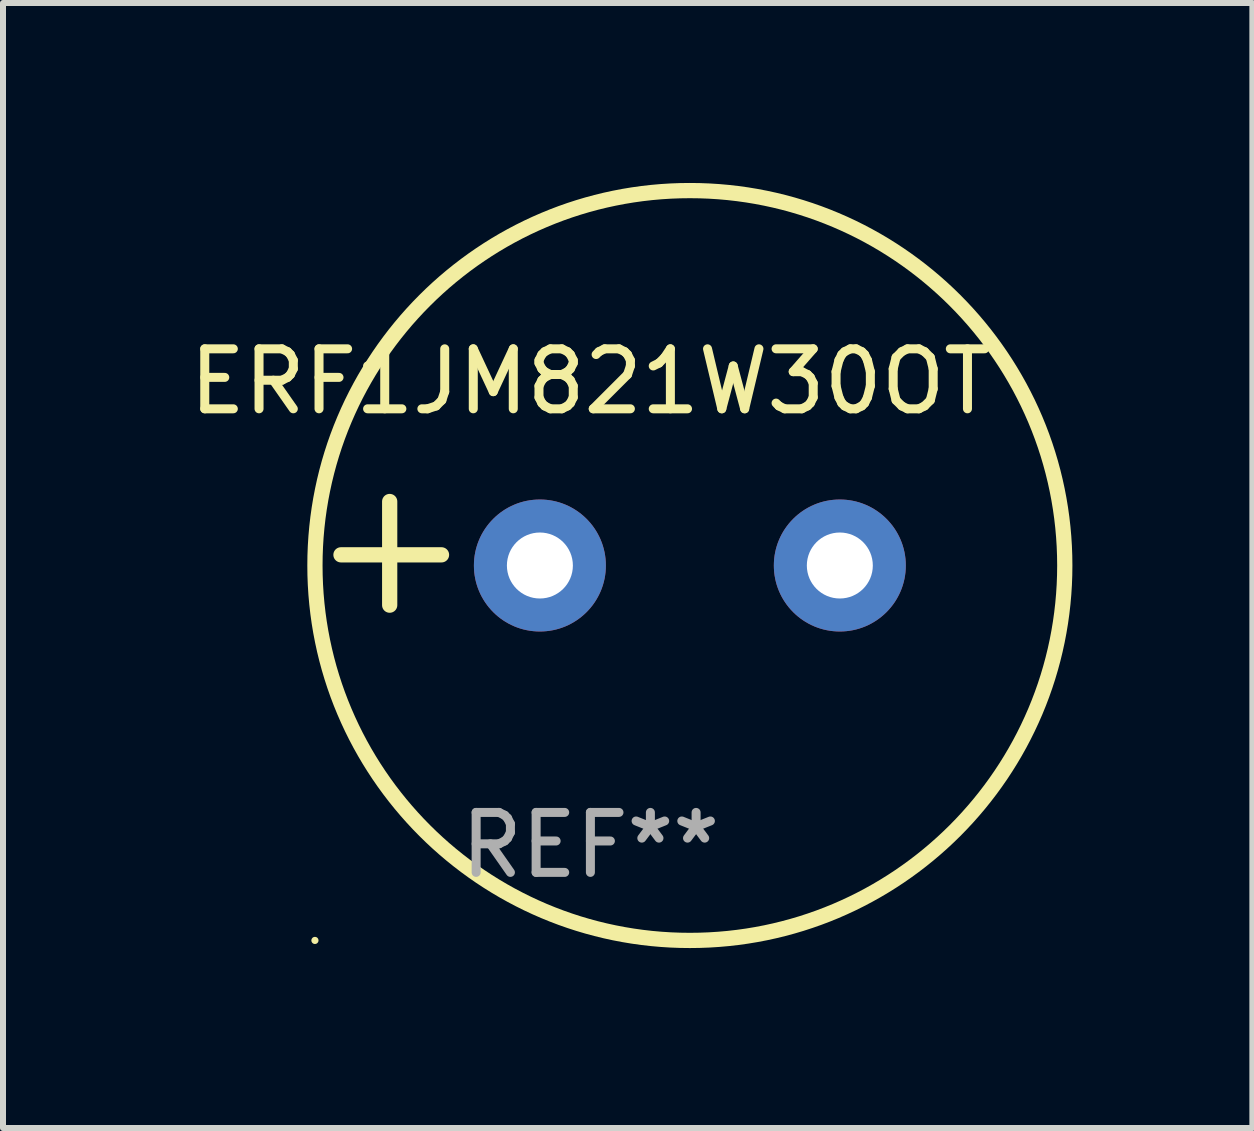
<source format=kicad_pcb>
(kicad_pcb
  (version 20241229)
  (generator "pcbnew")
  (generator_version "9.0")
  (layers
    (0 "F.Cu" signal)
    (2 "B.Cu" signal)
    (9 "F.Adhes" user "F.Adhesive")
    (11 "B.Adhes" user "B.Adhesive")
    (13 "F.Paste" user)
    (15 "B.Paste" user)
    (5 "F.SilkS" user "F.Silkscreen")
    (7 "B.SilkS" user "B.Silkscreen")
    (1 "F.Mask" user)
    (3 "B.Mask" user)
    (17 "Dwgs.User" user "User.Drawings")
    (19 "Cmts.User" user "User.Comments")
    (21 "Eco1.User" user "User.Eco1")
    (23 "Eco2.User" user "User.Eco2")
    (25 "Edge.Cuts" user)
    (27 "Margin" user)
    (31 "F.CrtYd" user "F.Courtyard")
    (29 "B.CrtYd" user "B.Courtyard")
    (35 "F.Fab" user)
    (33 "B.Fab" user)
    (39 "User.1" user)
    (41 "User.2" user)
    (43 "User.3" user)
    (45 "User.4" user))
  (footprint "ERF1JM821W30OT"
    (layer "F.Cu")
    (at 6.792 6.174)
    (property "Reference" "ERF1JM821W30OT" (at 0 -2.864 0) (layer "F.SilkS") (effects (font (size 1 1) (thickness 0.15))))
    (attr through_hole)
    (fp_line (start -3.346 0.864) (end -3.346 -0.864) (stroke (width 0.254) (type solid)) (layer "F.SilkS"))
    (fp_line (start -2.482 0.025) (end -4.158 0.025) (stroke (width 0.254) (type solid)) (layer "F.SilkS"))
    (fp_circle (center -4.592 6.453) (end -4.562 6.453) (stroke (width 0.06) (type solid)) (fill no) (layer "F.SilkS"))
    (fp_circle (center 1.658 0.203) (end 7.908 0.203) (stroke (width 0.254) (type solid)) (fill no) (layer "F.SilkS"))
    (fp_text user "REF**" (at 0 4.864 0) (layer "F.Fab") (effects (font (size 1 1) (thickness 0.15))))
    (pad "1" thru_hole circle (at -0.842 0.203) (size 2.2 2.2) (drill 1.1) (layers "*.Cu" "*.Mask"))
    (pad "2" thru_hole circle (at 4.158 0.203) (size 2.2 2.2) (drill 1.1) (layers "*.Cu" "*.Mask")))
  (gr_rect
    (start -3 -3)
    (end 17.827 15.754)
    (stroke (width 0.1) (type default))
    (fill no)
    (layer "Edge.Cuts")))
</source>
